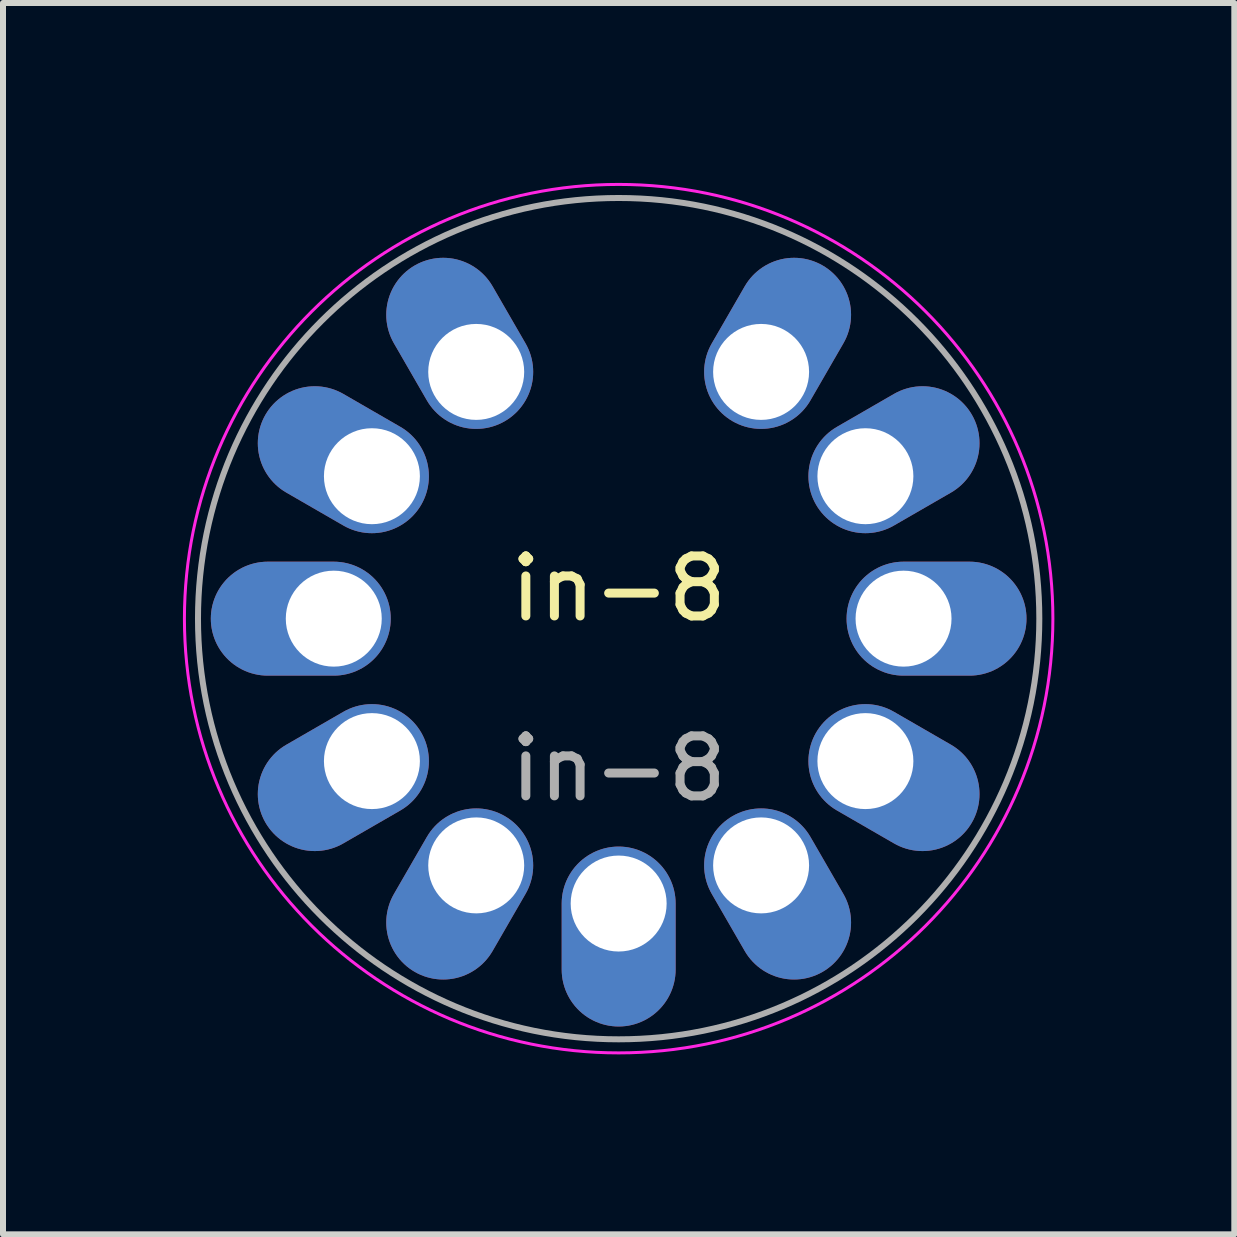
<source format=kicad_pcb>
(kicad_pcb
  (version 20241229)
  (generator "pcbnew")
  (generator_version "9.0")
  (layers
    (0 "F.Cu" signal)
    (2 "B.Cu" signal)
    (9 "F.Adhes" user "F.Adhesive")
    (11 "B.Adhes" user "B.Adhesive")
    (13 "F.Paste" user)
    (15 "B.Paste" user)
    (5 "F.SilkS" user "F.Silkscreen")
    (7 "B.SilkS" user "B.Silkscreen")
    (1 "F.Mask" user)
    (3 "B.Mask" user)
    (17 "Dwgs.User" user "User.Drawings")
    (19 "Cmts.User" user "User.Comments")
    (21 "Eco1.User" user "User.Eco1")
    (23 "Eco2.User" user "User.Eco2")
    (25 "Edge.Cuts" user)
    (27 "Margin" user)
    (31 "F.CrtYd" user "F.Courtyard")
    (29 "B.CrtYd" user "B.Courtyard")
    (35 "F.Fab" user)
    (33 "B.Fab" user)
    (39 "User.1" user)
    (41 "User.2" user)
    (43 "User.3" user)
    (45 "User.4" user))
  (footprint "in-8"
    (layer "F.Cu")
    (at 7.265 7.265)
    (property "Reference" "in-8" (at 0 -0.5 0) (unlocked yes) (layer "F.SilkS") (effects (font (size 1 1) (thickness 0.15))))
    (attr through_hole)
    (fp_circle (center 0 0) (end 6.985 -1.905) (stroke (width 0.05) (type default)) (fill no) (layer "F.CrtYd"))
    (fp_circle (center 0 0) (end 6.985 -0.635) (stroke (width 0.1) (type default)) (fill no) (layer "F.Fab"))
    (fp_text user "${REFERENCE}" (at 0 2.5 0) (unlocked yes) (layer "F.Fab") (effects (font (size 1 1) (thickness 0.15))))
    (pad "1" thru_hole oval (at -2.375 -4.114 30) (size 1.9 3) (drill 1.6 (offset 0 -0.55)) (layers "*.Cu" "*.Mask"))
    (pad "2" thru_hole oval (at -4.114 -2.375 60) (size 1.9 3) (drill 1.6 (offset 0 -0.55)) (layers "*.Cu" "*.Mask"))
    (pad "3" thru_hole oval (at -4.75 0 90) (size 1.9 3) (drill 1.6 (offset 0 -0.55)) (layers "*.Cu" "*.Mask"))
    (pad "4" thru_hole oval (at -4.114 2.375 120) (size 1.9 3) (drill 1.6 (offset 0 -0.55)) (layers "*.Cu" "*.Mask"))
    (pad "5" thru_hole oval (at -2.375 4.114 150) (size 1.9 3) (drill 1.6 (offset 0 -0.55)) (layers "*.Cu" "*.Mask"))
    (pad "6" thru_hole oval (at 0 4.75 180) (size 1.9 3) (drill 1.6 (offset 0 -0.55)) (layers "*.Cu" "*.Mask"))
    (pad "7" thru_hole oval (at 2.375 4.114 210) (size 1.9 3) (drill 1.6 (offset 0 -0.55)) (layers "*.Cu" "*.Mask"))
    (pad "8" thru_hole oval (at 4.114 2.375 240) (size 1.9 3) (drill 1.6 (offset 0 -0.55)) (layers "*.Cu" "*.Mask"))
    (pad "9" thru_hole oval (at 4.75 0 270) (size 1.9 3) (drill 1.6 (offset 0 -0.55)) (layers "*.Cu" "*.Mask"))
    (pad "10" thru_hole oval (at 4.114 -2.375 300) (size 1.9 3) (drill 1.6 (offset 0 -0.55)) (layers "*.Cu" "*.Mask"))
    (pad "11" thru_hole oval (at 2.375 -4.114 330) (size 1.9 3) (drill 1.6 (offset 0 -0.55)) (layers "*.Cu" "*.Mask")))
  (gr_rect
    (start -3 -3)
    (end 17.53 17.53)
    (stroke (width 0.1) (type default))
    (fill no)
    (layer "Edge.Cuts")))
</source>
